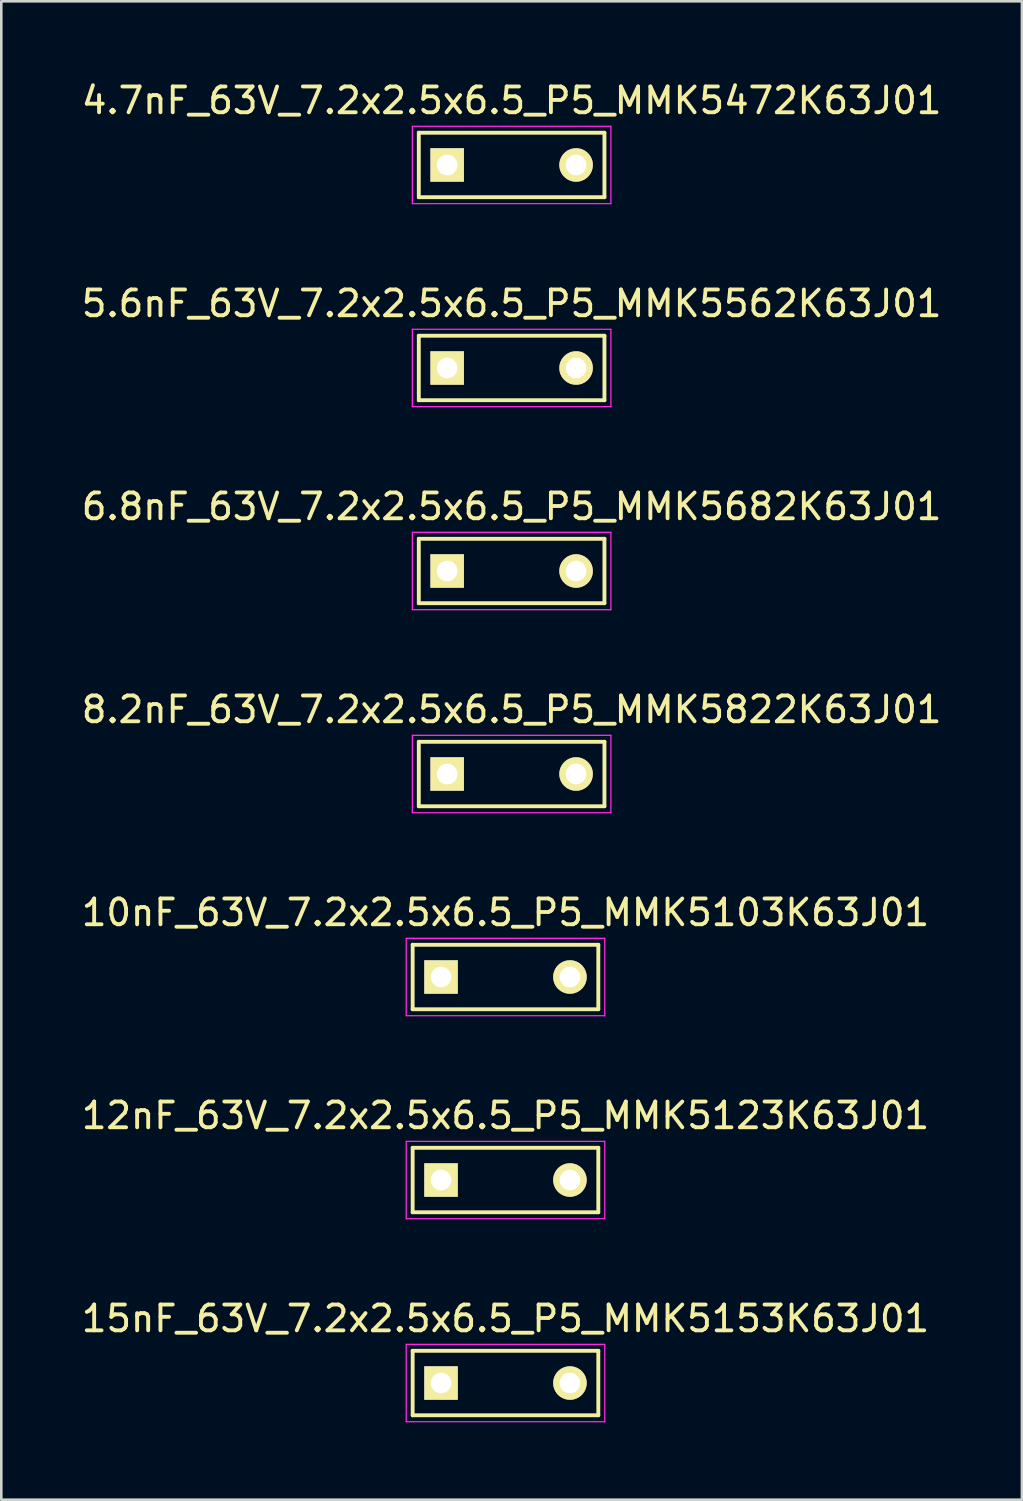
<source format=kicad_pcb>
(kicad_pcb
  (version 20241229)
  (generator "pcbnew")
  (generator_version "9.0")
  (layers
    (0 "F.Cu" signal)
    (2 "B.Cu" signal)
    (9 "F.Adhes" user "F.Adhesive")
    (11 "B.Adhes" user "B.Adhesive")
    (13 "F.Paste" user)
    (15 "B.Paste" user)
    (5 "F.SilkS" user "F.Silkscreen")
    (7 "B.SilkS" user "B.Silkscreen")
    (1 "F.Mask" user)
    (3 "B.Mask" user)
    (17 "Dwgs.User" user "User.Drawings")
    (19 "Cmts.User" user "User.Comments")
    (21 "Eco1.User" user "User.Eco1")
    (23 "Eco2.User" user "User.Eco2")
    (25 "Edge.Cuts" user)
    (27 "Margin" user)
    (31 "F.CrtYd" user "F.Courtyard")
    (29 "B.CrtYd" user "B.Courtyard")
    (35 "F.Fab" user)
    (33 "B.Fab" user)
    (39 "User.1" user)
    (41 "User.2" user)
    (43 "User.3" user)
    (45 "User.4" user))
  (footprint "12nF_63V_7.2x2.5x6.5_P5_MMK5123K63J01"
    (layer "F.Cu")
    (at 14.054 42.715)
    (property "Reference" "12nF_63V_7.2x2.5x6.5_P5_MMK5123K63J01" (at 2.5 -2.5 0) (layer "F.SilkS") (effects (font (size 1 1) (thickness 0.15))))
    (attr through_hole)
    (fp_line (start -1.1 -1.25) (end 6.1 -1.25) (stroke (width 0.15) (type solid)) (layer "F.SilkS"))
    (fp_line (start -1.1 1.25) (end -1.1 -1.25) (stroke (width 0.15) (type solid)) (layer "F.SilkS"))
    (fp_line (start 6.1 -1.25) (end 6.1 1.25) (stroke (width 0.15) (type solid)) (layer "F.SilkS"))
    (fp_line (start 6.1 1.25) (end -1.1 1.25) (stroke (width 0.15) (type solid)) (layer "F.SilkS"))
    (fp_line (start -1.35 1.5) (end -1.35 -1.5) (stroke (width 0.05) (type solid)) (layer "F.CrtYd"))
    (fp_line (start -1.15 -1.5) (end -1.35 -1.5) (stroke (width 0.05) (type solid)) (layer "F.CrtYd"))
    (fp_line (start -1.15 -1.5) (end 6.35 -1.5) (stroke (width 0.05) (type solid)) (layer "F.CrtYd"))
    (fp_line (start -1.15 1.5) (end -1.35 1.5) (stroke (width 0.05) (type solid)) (layer "F.CrtYd"))
    (fp_line (start 6.35 -1.5) (end 6.35 1.5) (stroke (width 0.05) (type solid)) (layer "F.CrtYd"))
    (fp_line (start 6.35 1.5) (end -1.15 1.5) (stroke (width 0.05) (type solid)) (layer "F.CrtYd"))
    (pad "1" thru_hole rect (at 0 0) (size 1.3 1.3) (drill 0.8) (layers "*.Cu" "*.Mask" "F.SilkS"))
    (pad "2" thru_hole circle (at 5 0) (size 1.3 1.3) (drill 0.8) (layers "*.Cu" "*.Mask" "F.SilkS")))
  (footprint "8.2nF_63V_7.2x2.5x6.5_P5_MMK5822K63J01"
    (layer "F.Cu")
    (at 14.292 26.968)
    (property "Reference" "8.2nF_63V_7.2x2.5x6.5_P5_MMK5822K63J01" (at 2.5 -2.5 0) (layer "F.SilkS") (effects (font (size 1 1) (thickness 0.15))))
    (attr through_hole)
    (fp_line (start -1.1 -1.25) (end 6.1 -1.25) (stroke (width 0.15) (type solid)) (layer "F.SilkS"))
    (fp_line (start -1.1 1.25) (end -1.1 -1.25) (stroke (width 0.15) (type solid)) (layer "F.SilkS"))
    (fp_line (start 6.1 -1.25) (end 6.1 1.25) (stroke (width 0.15) (type solid)) (layer "F.SilkS"))
    (fp_line (start 6.1 1.25) (end -1.1 1.25) (stroke (width 0.15) (type solid)) (layer "F.SilkS"))
    (fp_line (start -1.35 1.5) (end -1.35 -1.5) (stroke (width 0.05) (type solid)) (layer "F.CrtYd"))
    (fp_line (start -1.15 -1.5) (end -1.35 -1.5) (stroke (width 0.05) (type solid)) (layer "F.CrtYd"))
    (fp_line (start -1.15 -1.5) (end 6.35 -1.5) (stroke (width 0.05) (type solid)) (layer "F.CrtYd"))
    (fp_line (start -1.15 1.5) (end -1.35 1.5) (stroke (width 0.05) (type solid)) (layer "F.CrtYd"))
    (fp_line (start 6.35 -1.5) (end 6.35 1.5) (stroke (width 0.05) (type solid)) (layer "F.CrtYd"))
    (fp_line (start 6.35 1.5) (end -1.15 1.5) (stroke (width 0.05) (type solid)) (layer "F.CrtYd"))
    (pad "1" thru_hole rect (at 0 0) (size 1.3 1.3) (drill 0.8) (layers "*.Cu" "*.Mask" "F.SilkS"))
    (pad "2" thru_hole circle (at 5 0) (size 1.3 1.3) (drill 0.8) (layers "*.Cu" "*.Mask" "F.SilkS")))
  (footprint "10nF_63V_7.2x2.5x6.5_P5_MMK5103K63J01"
    (layer "F.Cu")
    (at 14.054 34.841)
    (property "Reference" "10nF_63V_7.2x2.5x6.5_P5_MMK5103K63J01" (at 2.5 -2.5 0) (layer "F.SilkS") (effects (font (size 1 1) (thickness 0.15))))
    (attr through_hole)
    (fp_line (start -1.1 -1.25) (end 6.1 -1.25) (stroke (width 0.15) (type solid)) (layer "F.SilkS"))
    (fp_line (start -1.1 1.25) (end -1.1 -1.25) (stroke (width 0.15) (type solid)) (layer "F.SilkS"))
    (fp_line (start 6.1 -1.25) (end 6.1 1.25) (stroke (width 0.15) (type solid)) (layer "F.SilkS"))
    (fp_line (start 6.1 1.25) (end -1.1 1.25) (stroke (width 0.15) (type solid)) (layer "F.SilkS"))
    (fp_line (start -1.35 1.5) (end -1.35 -1.5) (stroke (width 0.05) (type solid)) (layer "F.CrtYd"))
    (fp_line (start -1.15 -1.5) (end -1.35 -1.5) (stroke (width 0.05) (type solid)) (layer "F.CrtYd"))
    (fp_line (start -1.15 -1.5) (end 6.35 -1.5) (stroke (width 0.05) (type solid)) (layer "F.CrtYd"))
    (fp_line (start -1.15 1.5) (end -1.35 1.5) (stroke (width 0.05) (type solid)) (layer "F.CrtYd"))
    (fp_line (start 6.35 -1.5) (end 6.35 1.5) (stroke (width 0.05) (type solid)) (layer "F.CrtYd"))
    (fp_line (start 6.35 1.5) (end -1.15 1.5) (stroke (width 0.05) (type solid)) (layer "F.CrtYd"))
    (pad "1" thru_hole rect (at 0 0) (size 1.3 1.3) (drill 0.8) (layers "*.Cu" "*.Mask" "F.SilkS"))
    (pad "2" thru_hole circle (at 5 0) (size 1.3 1.3) (drill 0.8) (layers "*.Cu" "*.Mask" "F.SilkS")))
  (footprint "5.6nF_63V_7.2x2.5x6.5_P5_MMK5562K63J01"
    (layer "F.Cu")
    (at 14.292 11.222)
    (property "Reference" "5.6nF_63V_7.2x2.5x6.5_P5_MMK5562K63J01" (at 2.5 -2.5 0) (layer "F.SilkS") (effects (font (size 1 1) (thickness 0.15))))
    (attr through_hole)
    (fp_line (start -1.1 -1.25) (end 6.1 -1.25) (stroke (width 0.15) (type solid)) (layer "F.SilkS"))
    (fp_line (start -1.1 1.25) (end -1.1 -1.25) (stroke (width 0.15) (type solid)) (layer "F.SilkS"))
    (fp_line (start 6.1 -1.25) (end 6.1 1.25) (stroke (width 0.15) (type solid)) (layer "F.SilkS"))
    (fp_line (start 6.1 1.25) (end -1.1 1.25) (stroke (width 0.15) (type solid)) (layer "F.SilkS"))
    (fp_line (start -1.35 1.5) (end -1.35 -1.5) (stroke (width 0.05) (type solid)) (layer "F.CrtYd"))
    (fp_line (start -1.15 -1.5) (end -1.35 -1.5) (stroke (width 0.05) (type solid)) (layer "F.CrtYd"))
    (fp_line (start -1.15 -1.5) (end 6.35 -1.5) (stroke (width 0.05) (type solid)) (layer "F.CrtYd"))
    (fp_line (start -1.15 1.5) (end -1.35 1.5) (stroke (width 0.05) (type solid)) (layer "F.CrtYd"))
    (fp_line (start 6.35 -1.5) (end 6.35 1.5) (stroke (width 0.05) (type solid)) (layer "F.CrtYd"))
    (fp_line (start 6.35 1.5) (end -1.15 1.5) (stroke (width 0.05) (type solid)) (layer "F.CrtYd"))
    (pad "1" thru_hole rect (at 0 0) (size 1.3 1.3) (drill 0.8) (layers "*.Cu" "*.Mask" "F.SilkS"))
    (pad "2" thru_hole circle (at 5 0) (size 1.3 1.3) (drill 0.8) (layers "*.Cu" "*.Mask" "F.SilkS")))
  (footprint "15nF_63V_7.2x2.5x6.5_P5_MMK5153K63J01"
    (layer "F.Cu")
    (at 14.054 50.588)
    (property "Reference" "15nF_63V_7.2x2.5x6.5_P5_MMK5153K63J01" (at 2.5 -2.5 0) (layer "F.SilkS") (effects (font (size 1 1) (thickness 0.15))))
    (attr through_hole)
    (fp_line (start -1.1 -1.25) (end 6.1 -1.25) (stroke (width 0.15) (type solid)) (layer "F.SilkS"))
    (fp_line (start -1.1 1.25) (end -1.1 -1.25) (stroke (width 0.15) (type solid)) (layer "F.SilkS"))
    (fp_line (start 6.1 -1.25) (end 6.1 1.25) (stroke (width 0.15) (type solid)) (layer "F.SilkS"))
    (fp_line (start 6.1 1.25) (end -1.1 1.25) (stroke (width 0.15) (type solid)) (layer "F.SilkS"))
    (fp_line (start -1.35 1.5) (end -1.35 -1.5) (stroke (width 0.05) (type solid)) (layer "F.CrtYd"))
    (fp_line (start -1.15 -1.5) (end -1.35 -1.5) (stroke (width 0.05) (type solid)) (layer "F.CrtYd"))
    (fp_line (start -1.15 -1.5) (end 6.35 -1.5) (stroke (width 0.05) (type solid)) (layer "F.CrtYd"))
    (fp_line (start -1.15 1.5) (end -1.35 1.5) (stroke (width 0.05) (type solid)) (layer "F.CrtYd"))
    (fp_line (start 6.35 -1.5) (end 6.35 1.5) (stroke (width 0.05) (type solid)) (layer "F.CrtYd"))
    (fp_line (start 6.35 1.5) (end -1.15 1.5) (stroke (width 0.05) (type solid)) (layer "F.CrtYd"))
    (pad "1" thru_hole rect (at 0 0) (size 1.3 1.3) (drill 0.8) (layers "*.Cu" "*.Mask" "F.SilkS"))
    (pad "2" thru_hole circle (at 5 0) (size 1.3 1.3) (drill 0.8) (layers "*.Cu" "*.Mask" "F.SilkS")))
  (footprint "4.7nF_63V_7.2x2.5x6.5_P5_MMK5472K63J01"
    (layer "F.Cu")
    (at 14.292 3.348)
    (property "Reference" "4.7nF_63V_7.2x2.5x6.5_P5_MMK5472K63J01" (at 2.5 -2.5 0) (layer "F.SilkS") (effects (font (size 1 1) (thickness 0.15))))
    (attr through_hole)
    (fp_line (start -1.1 -1.25) (end 6.1 -1.25) (stroke (width 0.15) (type solid)) (layer "F.SilkS"))
    (fp_line (start -1.1 1.25) (end -1.1 -1.25) (stroke (width 0.15) (type solid)) (layer "F.SilkS"))
    (fp_line (start 6.1 -1.25) (end 6.1 1.25) (stroke (width 0.15) (type solid)) (layer "F.SilkS"))
    (fp_line (start 6.1 1.25) (end -1.1 1.25) (stroke (width 0.15) (type solid)) (layer "F.SilkS"))
    (fp_line (start -1.35 1.5) (end -1.35 -1.5) (stroke (width 0.05) (type solid)) (layer "F.CrtYd"))
    (fp_line (start -1.15 -1.5) (end -1.35 -1.5) (stroke (width 0.05) (type solid)) (layer "F.CrtYd"))
    (fp_line (start -1.15 -1.5) (end 6.35 -1.5) (stroke (width 0.05) (type solid)) (layer "F.CrtYd"))
    (fp_line (start -1.15 1.5) (end -1.35 1.5) (stroke (width 0.05) (type solid)) (layer "F.CrtYd"))
    (fp_line (start 6.35 -1.5) (end 6.35 1.5) (stroke (width 0.05) (type solid)) (layer "F.CrtYd"))
    (fp_line (start 6.35 1.5) (end -1.15 1.5) (stroke (width 0.05) (type solid)) (layer "F.CrtYd"))
    (pad "1" thru_hole rect (at 0 0) (size 1.3 1.3) (drill 0.8) (layers "*.Cu" "*.Mask" "F.SilkS"))
    (pad "2" thru_hole circle (at 5 0) (size 1.3 1.3) (drill 0.8) (layers "*.Cu" "*.Mask" "F.SilkS")))
  (footprint "6.8nF_63V_7.2x2.5x6.5_P5_MMK5682K63J01"
    (layer "F.Cu")
    (at 14.292 19.095)
    (property "Reference" "6.8nF_63V_7.2x2.5x6.5_P5_MMK5682K63J01" (at 2.5 -2.5 0) (layer "F.SilkS") (effects (font (size 1 1) (thickness 0.15))))
    (attr through_hole)
    (fp_line (start -1.1 -1.25) (end 6.1 -1.25) (stroke (width 0.15) (type solid)) (layer "F.SilkS"))
    (fp_line (start -1.1 1.25) (end -1.1 -1.25) (stroke (width 0.15) (type solid)) (layer "F.SilkS"))
    (fp_line (start 6.1 -1.25) (end 6.1 1.25) (stroke (width 0.15) (type solid)) (layer "F.SilkS"))
    (fp_line (start 6.1 1.25) (end -1.1 1.25) (stroke (width 0.15) (type solid)) (layer "F.SilkS"))
    (fp_line (start -1.35 1.5) (end -1.35 -1.5) (stroke (width 0.05) (type solid)) (layer "F.CrtYd"))
    (fp_line (start -1.15 -1.5) (end -1.35 -1.5) (stroke (width 0.05) (type solid)) (layer "F.CrtYd"))
    (fp_line (start -1.15 -1.5) (end 6.35 -1.5) (stroke (width 0.05) (type solid)) (layer "F.CrtYd"))
    (fp_line (start -1.15 1.5) (end -1.35 1.5) (stroke (width 0.05) (type solid)) (layer "F.CrtYd"))
    (fp_line (start 6.35 -1.5) (end 6.35 1.5) (stroke (width 0.05) (type solid)) (layer "F.CrtYd"))
    (fp_line (start 6.35 1.5) (end -1.15 1.5) (stroke (width 0.05) (type solid)) (layer "F.CrtYd"))
    (pad "1" thru_hole rect (at 0 0) (size 1.3 1.3) (drill 0.8) (layers "*.Cu" "*.Mask" "F.SilkS"))
    (pad "2" thru_hole circle (at 5 0) (size 1.3 1.3) (drill 0.8) (layers "*.Cu" "*.Mask" "F.SilkS")))
  (gr_rect
    (start -3 -3)
    (end 36.583 55.113)
    (stroke (width 0.1) (type default))
    (fill no)
    (layer "Edge.Cuts")))
</source>
